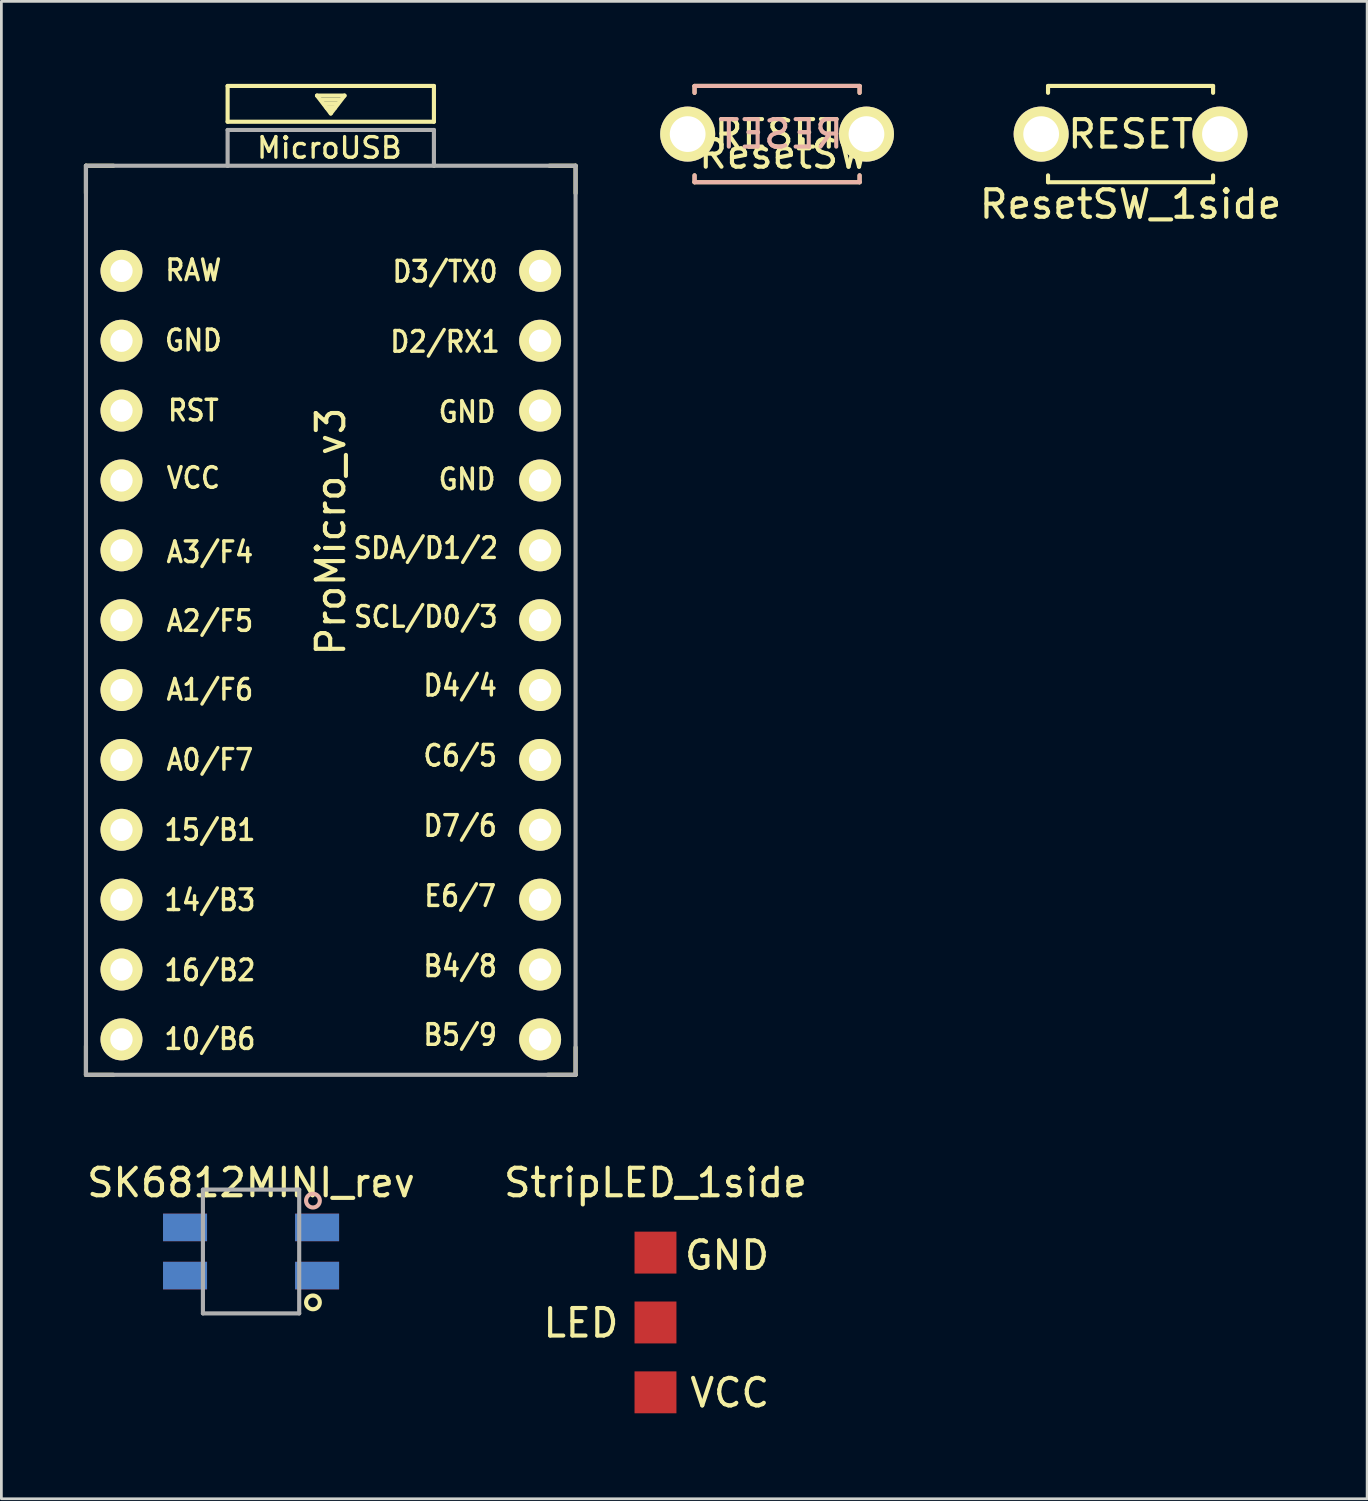
<source format=kicad_pcb>
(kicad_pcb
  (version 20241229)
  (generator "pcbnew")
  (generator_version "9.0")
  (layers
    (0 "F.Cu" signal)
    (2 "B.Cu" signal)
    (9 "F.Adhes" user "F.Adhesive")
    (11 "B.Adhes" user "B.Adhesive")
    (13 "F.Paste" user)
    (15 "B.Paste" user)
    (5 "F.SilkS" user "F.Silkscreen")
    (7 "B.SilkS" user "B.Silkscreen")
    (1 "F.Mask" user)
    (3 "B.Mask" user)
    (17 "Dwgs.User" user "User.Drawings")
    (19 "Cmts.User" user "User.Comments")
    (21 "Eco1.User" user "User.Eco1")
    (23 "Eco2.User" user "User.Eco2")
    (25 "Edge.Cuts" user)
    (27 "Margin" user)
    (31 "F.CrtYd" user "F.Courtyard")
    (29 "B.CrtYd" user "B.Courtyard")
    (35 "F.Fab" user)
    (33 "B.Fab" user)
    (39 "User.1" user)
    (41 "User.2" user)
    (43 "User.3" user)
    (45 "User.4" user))
  (footprint "ResetSW"
    (layer "F.Cu")
    (at 25.2 1.825)
    (property "Reference" "ResetSW" (at 0.265 0.73 0) (layer "F.SilkS") (effects (font (size 1 1) (thickness 0.15))))
    (attr through_hole)
    (fp_line (start -3 -1.75) (end -3 -1.5) (stroke (width 0.15) (type solid)) (layer "F.SilkS"))
    (fp_line (start -3 -1.75) (end 3 -1.75) (stroke (width 0.15) (type solid)) (layer "F.SilkS"))
    (fp_line (start -3 1.75) (end -3 1.5) (stroke (width 0.15) (type solid)) (layer "F.SilkS"))
    (fp_line (start -3 1.75) (end 3 1.75) (stroke (width 0.15) (type solid)) (layer "F.SilkS"))
    (fp_line (start 3 -1.75) (end 3 -1.5) (stroke (width 0.15) (type solid)) (layer "F.SilkS"))
    (fp_line (start 3 1.75) (end 3 1.5) (stroke (width 0.15) (type solid)) (layer "F.SilkS"))
    (fp_line (start -3 -1.75) (end 3 -1.75) (stroke (width 0.15) (type solid)) (layer "B.SilkS"))
    (fp_line (start -3 -1.5) (end -3 -1.75) (stroke (width 0.15) (type solid)) (layer "B.SilkS"))
    (fp_line (start -3 1.75) (end -3 1.5) (stroke (width 0.15) (type solid)) (layer "B.SilkS"))
    (fp_line (start 3 -1.75) (end 3 -1.5) (stroke (width 0.15) (type solid)) (layer "B.SilkS"))
    (fp_line (start 3 1.5) (end 3 1.75) (stroke (width 0.15) (type solid)) (layer "B.SilkS"))
    (fp_line (start 3 1.75) (end -3 1.75) (stroke (width 0.15) (type solid)) (layer "B.SilkS"))
    (fp_text user "RESET" (at 0 0 0) (layer "F.SilkS") (effects (font (size 1 1) (thickness 0.15))))
    (fp_text user "RESET" (at 0.127 0 0) (layer "B.SilkS") (effects (font (size 1 1) (thickness 0.15)) (justify mirror)))
    (pad "1" thru_hole circle (at 3.25 0) (size 2 2) (drill 1.3) (layers "*.Cu" "*.Mask" "F.SilkS"))
    (pad "2" thru_hole circle (at -3.25 0) (size 2 2) (drill 1.3) (layers "*.Cu" "*.Mask" "F.SilkS")))
  (footprint "ProMicro_v3"
    (layer "F.Cu")
    (at 8.975 21.275)
    (property "Reference" "ProMicro_v3" (at 0 -5 270) (layer "F.SilkS") (effects (font (size 1 1) (thickness 0.15))))
    (attr through_hole)
    (fp_line (start -8.9 -18.3) (end -8.9 -17.3) (stroke (width 0.15) (type solid)) (layer "F.SilkS"))
    (fp_line (start -8.9 -18.3) (end -7.9 -18.3) (stroke (width 0.15) (type solid)) (layer "F.SilkS"))
    (fp_line (start -8.9 13.7) (end -8.9 14.75) (stroke (width 0.15) (type solid)) (layer "F.SilkS"))
    (fp_line (start -8.9 14.75) (end -7.9 14.75) (stroke (width 0.15) (type solid)) (layer "F.SilkS"))
    (fp_line (start -3.75 -21.2) (end -3.75 -19.9) (stroke (width 0.15) (type solid)) (layer "F.SilkS"))
    (fp_line (start -3.75 -19.9) (end 3.75 -19.9) (stroke (width 0.15) (type solid)) (layer "F.SilkS"))
    (fp_line (start -0.5 -20.85) (end 0.5 -20.85) (stroke (width 0.15) (type solid)) (layer "F.SilkS"))
    (fp_line (start -0.35 -20.7) (end 0.35 -20.7) (stroke (width 0.15) (type solid)) (layer "F.SilkS"))
    (fp_line (start -0.25 -20.55) (end 0.25 -20.55) (stroke (width 0.15) (type solid)) (layer "F.SilkS"))
    (fp_line (start -0.15 -20.4) (end 0.15 -20.4) (stroke (width 0.15) (type solid)) (layer "F.SilkS"))
    (fp_line (start 0 -20.2) (end -0.5 -20.85) (stroke (width 0.15) (type solid)) (layer "F.SilkS"))
    (fp_line (start 0.5 -20.85) (end 0 -20.2) (stroke (width 0.15) (type solid)) (layer "F.SilkS"))
    (fp_line (start 3.75 -21.2) (end -3.75 -21.2) (stroke (width 0.15) (type solid)) (layer "F.SilkS"))
    (fp_line (start 3.75 -19.9) (end 3.75 -21.2) (stroke (width 0.15) (type solid)) (layer "F.SilkS"))
    (fp_line (start 8.9 -18.3) (end 7.95 -18.3) (stroke (width 0.15) (type solid)) (layer "F.SilkS"))
    (fp_line (start 8.9 -18.3) (end 8.9 -17.3) (stroke (width 0.15) (type solid)) (layer "F.SilkS"))
    (fp_line (start 8.9 13.75) (end 8.9 14.75) (stroke (width 0.15) (type solid)) (layer "F.SilkS"))
    (fp_line (start 8.9 14.75) (end 7.89 14.75) (stroke (width 0.15) (type solid)) (layer "F.SilkS"))
    (fp_line (start -8.9 -18.3) (end -3.75 -18.3) (stroke (width 0.15) (type solid)) (layer "F.Fab"))
    (fp_line (start -8.9 14.75) (end -8.9 -18.3) (stroke (width 0.15) (type solid)) (layer "F.Fab"))
    (fp_line (start -3.75 -19.6) (end -3.75 -18.299) (stroke (width 0.15) (type solid)) (layer "F.Fab"))
    (fp_line (start -3.75 -19.6) (end 3.75 -19.6) (stroke (width 0.15) (type solid)) (layer "F.Fab"))
    (fp_line (start -3.75 -18.3) (end 3.75 -18.3) (stroke (width 0.15) (type solid)) (layer "F.Fab"))
    (fp_line (start 3.75 -19.6) (end 3.75 -18.3) (stroke (width 0.15) (type solid)) (layer "F.Fab"))
    (fp_line (start 3.76 -18.3) (end 8.9 -18.3) (stroke (width 0.15) (type solid)) (layer "F.Fab"))
    (fp_line (start 8.9 -18.3) (end 8.9 14.75) (stroke (width 0.15) (type solid)) (layer "F.Fab"))
    (fp_line (start 8.9 14.75) (end -8.9 14.75) (stroke (width 0.15) (type solid)) (layer "F.Fab"))
    (fp_text user "RAW" (at -4.995 -14.5 0) (unlocked yes) (layer "F.SilkS") (effects (font (size 0.75 0.67) (thickness 0.125))))
    (fp_text user "GND" (at -4.995 -11.95 0) (unlocked yes) (layer "F.SilkS") (effects (font (size 0.75 0.67) (thickness 0.125))))
    (fp_text user "SCL/D0/3" (at 3.455 -1.9 0) (unlocked yes) (layer "F.SilkS") (effects (font (size 0.75 0.67) (thickness 0.125))))
    (fp_text user "10/B6" (at -4.395 13.45 0) (unlocked yes) (layer "F.SilkS") (effects (font (size 0.75 0.67) (thickness 0.125))))
    (fp_text user "D2/RX1" (at 4.155 -11.9 0) (unlocked yes) (layer "F.SilkS") (effects (font (size 0.75 0.67) (thickness 0.125))))
    (fp_text user "GND" (at 4.955 -6.9 0) (unlocked yes) (layer "F.SilkS") (effects (font (size 0.75 0.67) (thickness 0.125))))
    (fp_text user "B5/9" (at 4.705 13.3 0) (unlocked yes) (layer "F.SilkS") (effects (font (size 0.75 0.67) (thickness 0.125))))
    (fp_text user "E6/7" (at 4.705 8.25 0) (unlocked yes) (layer "F.SilkS") (effects (font (size 0.75 0.67) (thickness 0.125))))
    (fp_text user "14/B3" (at -4.395 8.4 0) (unlocked yes) (layer "F.SilkS") (effects (font (size 0.75 0.67) (thickness 0.125))))
    (fp_text user "16/B2" (at -4.395 10.95 0) (unlocked yes) (layer "F.SilkS") (effects (font (size 0.75 0.67) (thickness 0.125))))
    (fp_text user "C6/5" (at 4.705 3.15 0) (unlocked yes) (layer "F.SilkS") (effects (font (size 0.75 0.67) (thickness 0.125))))
    (fp_text user "RST" (at -4.995 -9.4 0) (unlocked yes) (layer "F.SilkS") (effects (font (size 0.75 0.67) (thickness 0.125))))
    (fp_text user "15/B1" (at -4.395 5.85 0) (unlocked yes) (layer "F.SilkS") (effects (font (size 0.75 0.67) (thickness 0.125))))
    (fp_text user "MicroUSB" (at -0.05 -18.95 0) (layer "F.SilkS") (effects (font (size 0.75 0.75) (thickness 0.12))))
    (fp_text user "" (at -0.545 -17.4 0) (layer "F.SilkS") (effects (font (size 1 1) (thickness 0.15))))
    (fp_text user "SDA/D1/2" (at 3.455 -4.4 0) (unlocked yes) (layer "F.SilkS") (effects (font (size 0.75 0.67) (thickness 0.125))))
    (fp_text user "B4/8" (at 4.705 10.8 0) (unlocked yes) (layer "F.SilkS") (effects (font (size 0.75 0.67) (thickness 0.125))))
    (fp_text user "A3/F4" (at -4.395 -4.25 0) (unlocked yes) (layer "F.SilkS") (effects (font (size 0.75 0.67) (thickness 0.125))))
    (fp_text user "D3/TX0" (at 4.155 -14.45 0) (unlocked yes) (layer "F.SilkS") (effects (font (size 0.75 0.67) (thickness 0.125))))
    (fp_text user "D7/6" (at 4.705 5.7 0) (unlocked yes) (layer "F.SilkS") (effects (font (size 0.75 0.67) (thickness 0.125))))
    (fp_text user "GND" (at 4.955 -9.35 0) (unlocked yes) (layer "F.SilkS") (effects (font (size 0.75 0.67) (thickness 0.125))))
    (fp_text user "A1/F6" (at -4.395 0.75 0) (unlocked yes) (layer "F.SilkS") (effects (font (size 0.75 0.67) (thickness 0.125))))
    (fp_text user "VCC" (at -4.995 -6.95 0) (unlocked yes) (layer "F.SilkS") (effects (font (size 0.75 0.67) (thickness 0.125))))
    (fp_text user "A0/F7" (at -4.395 3.3 0) (unlocked yes) (layer "F.SilkS") (effects (font (size 0.75 0.67) (thickness 0.125))))
    (fp_text user "D4/4" (at 4.705 0.6 0) (unlocked yes) (layer "F.SilkS") (effects (font (size 0.75 0.67) (thickness 0.125))))
    (fp_text user "A2/F5" (at -4.395 -1.75 0) (unlocked yes) (layer "F.SilkS") (effects (font (size 0.75 0.67) (thickness 0.125))))
    (fp_text user "" (at -1.252 -16.256 0) (layer "B.SilkS") (effects (font (size 1 1) (thickness 0.15)) (justify mirror)))
    (pad "1" thru_hole circle (at 7.611 -14.478) (size 1.524 1.524) (drill 0.813) (layers "*.Cu" "B.Mask" "F.SilkS"))
    (pad "2" thru_hole circle (at 7.611 -11.938) (size 1.524 1.524) (drill 0.813) (layers "*.Cu" "B.Mask" "F.SilkS"))
    (pad "3" thru_hole circle (at 7.611 -9.398) (size 1.524 1.524) (drill 0.813) (layers "*.Cu" "B.Mask" "F.SilkS"))
    (pad "4" thru_hole circle (at 7.611 -6.858) (size 1.524 1.524) (drill 0.813) (layers "*.Cu" "B.Mask" "F.SilkS"))
    (pad "5" thru_hole circle (at 7.611 -4.318) (size 1.524 1.524) (drill 0.813) (layers "*.Cu" "B.Mask" "F.SilkS"))
    (pad "6" thru_hole circle (at 7.611 -1.778) (size 1.524 1.524) (drill 0.813) (layers "*.Cu" "B.Mask" "F.SilkS"))
    (pad "7" thru_hole circle (at 7.611 0.762) (size 1.524 1.524) (drill 0.813) (layers "*.Cu" "B.Mask" "F.SilkS"))
    (pad "8" thru_hole circle (at 7.611 3.302) (size 1.524 1.524) (drill 0.813) (layers "*.Cu" "B.Mask" "F.SilkS"))
    (pad "9" thru_hole circle (at 7.611 5.842) (size 1.524 1.524) (drill 0.813) (layers "*.Cu" "B.Mask" "F.SilkS"))
    (pad "10" thru_hole circle (at 7.611 8.382) (size 1.524 1.524) (drill 0.813) (layers "*.Cu" "B.Mask" "F.SilkS"))
    (pad "11" thru_hole circle (at 7.611 10.922) (size 1.524 1.524) (drill 0.813) (layers "*.Cu" "B.Mask" "F.SilkS"))
    (pad "12" thru_hole circle (at 7.611 13.462) (size 1.524 1.524) (drill 0.813) (layers "*.Cu" "B.Mask" "F.SilkS"))
    (pad "13" thru_hole circle (at -7.609 13.462) (size 1.524 1.524) (drill 0.813) (layers "*.Cu" "B.Mask" "F.SilkS"))
    (pad "14" thru_hole circle (at -7.609 10.922) (size 1.524 1.524) (drill 0.813) (layers "*.Cu" "B.Mask" "F.SilkS"))
    (pad "15" thru_hole circle (at -7.609 8.382) (size 1.524 1.524) (drill 0.813) (layers "*.Cu" "B.Mask" "F.SilkS"))
    (pad "16" thru_hole circle (at -7.609 5.842) (size 1.524 1.524) (drill 0.813) (layers "*.Cu" "B.Mask" "F.SilkS"))
    (pad "17" thru_hole circle (at -7.609 3.302) (size 1.524 1.524) (drill 0.813) (layers "*.Cu" "B.Mask" "F.SilkS"))
    (pad "18" thru_hole circle (at -7.609 0.762) (size 1.524 1.524) (drill 0.813) (layers "*.Cu" "B.Mask" "F.SilkS"))
    (pad "19" thru_hole circle (at -7.609 -1.778) (size 1.524 1.524) (drill 0.813) (layers "*.Cu" "B.Mask" "F.SilkS"))
    (pad "20" thru_hole circle (at -7.609 -4.318) (size 1.524 1.524) (drill 0.813) (layers "*.Cu" "B.Mask" "F.SilkS"))
    (pad "21" thru_hole circle (at -7.609 -6.858) (size 1.524 1.524) (drill 0.813) (layers "*.Cu" "B.Mask" "F.SilkS"))
    (pad "22" thru_hole circle (at -7.609 -9.398) (size 1.524 1.524) (drill 0.813) (layers "*.Cu" "B.Mask" "F.SilkS"))
    (pad "23" thru_hole circle (at -7.609 -11.938) (size 1.524 1.524) (drill 0.813) (layers "*.Cu" "B.Mask" "F.SilkS"))
    (pad "24" thru_hole circle (at -7.609 -14.478) (size 1.524 1.524) (drill 0.813) (layers "*.Cu" "B.Mask" "F.SilkS")))
  (footprint "SK6812MINI_rev"
    (layer "F.Cu")
    (at 6.077 42.448)
    (property "Reference" "SK6812MINI_rev" (at 0 -2.5 0) (layer "F.SilkS") (effects (font (size 1 1) (thickness 0.15))))
    (attr through_hole)
    (fp_circle (center 2.25 1.85) (end 2.25 1.6) (stroke (width 0.15) (type solid)) (fill no) (layer "F.SilkS"))
    (fp_circle (center 2.25 -1.85) (end 2.25 -2.1) (stroke (width 0.15) (type solid)) (fill no) (layer "B.SilkS"))
    (fp_line (start -1.75 -2.25) (end -1.75 2.25) (stroke (width 0.15) (type solid)) (layer "F.Fab"))
    (fp_line (start -1.75 -2.25) (end 1.75 -2.25) (stroke (width 0.15) (type solid)) (layer "F.Fab"))
    (fp_line (start 1.75 -2.25) (end 1.75 2.25) (stroke (width 0.15) (type solid)) (layer "F.Fab"))
    (fp_line (start 1.75 2.25) (end -1.75 2.25) (stroke (width 0.15) (type solid)) (layer "F.Fab"))
    (pad "1" smd rect (at -2.4 -0.875) (size 1.6 1) (layers "B.Cu" "B.Mask" "B.Paste"))
    (pad "1" smd rect (at -2.4 0.875) (size 1.6 1) (layers "F.Cu" "F.Mask" "F.Paste"))
    (pad "2" smd rect (at -2.4 -0.875) (size 1.6 1) (layers "F.Cu" "F.Mask" "F.Paste"))
    (pad "2" smd rect (at -2.4 0.875) (size 1.6 1) (layers "B.Cu" "B.Mask" "B.Paste"))
    (pad "3" smd rect (at 2.4 -0.875) (size 1.6 1) (layers "F.Cu" "F.Mask" "F.Paste"))
    (pad "3" smd rect (at 2.4 0.875) (size 1.6 1) (layers "B.Cu" "B.Mask" "B.Paste"))
    (pad "4" smd rect (at 2.4 -0.875) (size 1.6 1) (layers "B.Cu" "B.Mask" "B.Paste"))
    (pad "4" smd rect (at 2.4 0.875) (size 1.6 1) (layers "F.Cu" "F.Mask" "F.Paste")))
  (footprint "ResetSW_1side"
    (layer "F.Cu")
    (at 38.051 1.825)
    (property "Reference" "ResetSW_1side" (at 0 2.55 0) (layer "F.SilkS") (effects (font (size 1 1) (thickness 0.15))))
    (attr through_hole)
    (fp_line (start -3 -1.75) (end -3 -1.5) (stroke (width 0.15) (type solid)) (layer "F.SilkS"))
    (fp_line (start -3 -1.75) (end 3 -1.75) (stroke (width 0.15) (type solid)) (layer "F.SilkS"))
    (fp_line (start -3 1.75) (end -3 1.5) (stroke (width 0.15) (type solid)) (layer "F.SilkS"))
    (fp_line (start -3 1.75) (end 3 1.75) (stroke (width 0.15) (type solid)) (layer "F.SilkS"))
    (fp_line (start 3 -1.75) (end 3 -1.5) (stroke (width 0.15) (type solid)) (layer "F.SilkS"))
    (fp_line (start 3 1.75) (end 3 1.5) (stroke (width 0.15) (type solid)) (layer "F.SilkS"))
    (fp_text user "RESET" (at 0 0 0) (layer "F.SilkS") (effects (font (size 1 1) (thickness 0.15))))
    (pad "1" thru_hole circle (at 3.25 0) (size 2 2) (drill 1.3) (layers "*.Cu" "*.Mask" "F.SilkS"))
    (pad "2" thru_hole circle (at -3.25 0) (size 2 2) (drill 1.3) (layers "*.Cu" "*.Mask" "F.SilkS")))
  (footprint "StripLED_1side"
    (layer "F.Cu")
    (at 20.78 42.488)
    (property "Reference" "StripLED_1side" (at 0 -2.54 0) (layer "F.SilkS") (effects (font (size 1 1) (thickness 0.15))))
    (attr through_hole)
    (fp_text user "LED" (at -2.71 2.56 0) (layer "F.SilkS") (effects (font (size 1 1) (thickness 0.15))))
    (fp_text user "GND" (at 2.6 0.1 0) (layer "F.SilkS") (effects (font (size 1 1) (thickness 0.15))))
    (fp_text user "VCC" (at 2.7 5.1 0) (layer "F.SilkS") (effects (font (size 1 1) (thickness 0.15))))
    (pad "1" smd rect (at 0 0) (size 1.524 1.524) (layers "F.Cu" "F.Mask"))
    (pad "2" smd rect (at 0 2.54) (size 1.524 1.524) (layers "F.Cu" "F.Mask"))
    (pad "3" smd rect (at 0 5.08) (size 1.524 1.524) (layers "F.Cu" "F.Mask")))
  (gr_rect
    (start -3 -3)
    (end 46.652 51.437)
    (stroke (width 0.1) (type default))
    (fill no)
    (layer "Edge.Cuts")))
</source>
